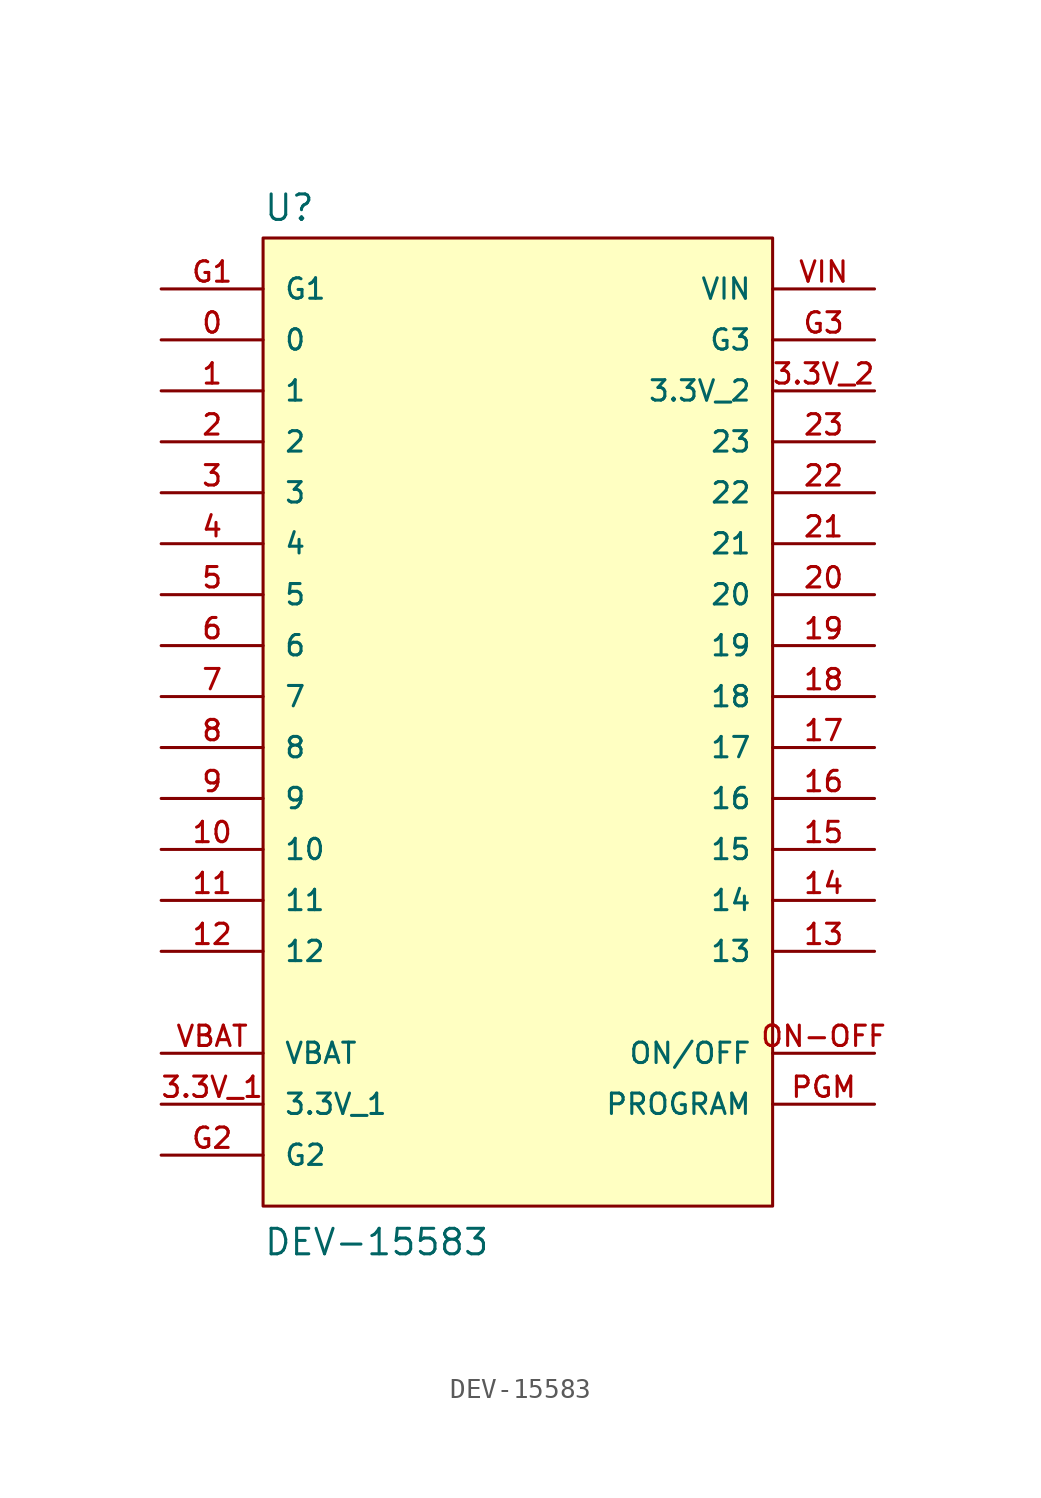
<source format=kicad_sym>
(kicad_symbol_lib
  (version 20231120)
  (generator "kicad_symbol_editor")
  (generator_version "8.0")
  (symbol "DEV-15583"
    (pin_names
      (offset 1.016))
    (property "Reference" "U"
      (at -12.7 23.622 0)
      (effects (font (size 1.27 1.27)) (justify left bottom)))
    (property "Value" "DEV-15583"
      (at -12.7 -27.94 0)
      (effects (font (size 1.27 1.27)) (justify left bottom)))
    (symbol "DEV-15583_0_0"
      (rectangle (start -12.7 -25.4) (end 12.7 22.86) (stroke (width 0.152) (type default)) (fill (type background)))
      (pin bidirectional line (at -17.78 17.78 0) (length 5.08) (name "0" (effects (font (size 1.016 1.016)))) (number "0" (effects (font (size 1.016 1.016)))))
      (pin bidirectional line (at -17.78 15.24 0) (length 5.08) (name "1" (effects (font (size 1.016 1.016)))) (number "1" (effects (font (size 1.016 1.016)))))
      (pin bidirectional line (at -17.78 -7.62 0) (length 5.08) (name "10" (effects (font (size 1.016 1.016)))) (number "10" (effects (font (size 1.016 1.016)))))
      (pin bidirectional line (at -17.78 -10.16 0) (length 5.08) (name "11" (effects (font (size 1.016 1.016)))) (number "11" (effects (font (size 1.016 1.016)))))
      (pin bidirectional line (at -17.78 -12.7 0) (length 5.08) (name "12" (effects (font (size 1.016 1.016)))) (number "12" (effects (font (size 1.016 1.016)))))
      (pin bidirectional line (at 17.78 -12.7 180) (length 5.08) (name "13" (effects (font (size 1.016 1.016)))) (number "13" (effects (font (size 1.016 1.016)))))
      (pin bidirectional line (at 17.78 -10.16 180) (length 5.08) (name "14" (effects (font (size 1.016 1.016)))) (number "14" (effects (font (size 1.016 1.016)))))
      (pin bidirectional line (at 17.78 -7.62 180) (length 5.08) (name "15" (effects (font (size 1.016 1.016)))) (number "15" (effects (font (size 1.016 1.016)))))
      (pin bidirectional line (at 17.78 -5.08 180) (length 5.08) (name "16" (effects (font (size 1.016 1.016)))) (number "16" (effects (font (size 1.016 1.016)))))
      (pin bidirectional line (at 17.78 -2.54 180) (length 5.08) (name "17" (effects (font (size 1.016 1.016)))) (number "17" (effects (font (size 1.016 1.016)))))
      (pin bidirectional line (at 17.78 0 180) (length 5.08) (name "18" (effects (font (size 1.016 1.016)))) (number "18" (effects (font (size 1.016 1.016)))))
      (pin bidirectional line (at 17.78 2.54 180) (length 5.08) (name "19" (effects (font (size 1.016 1.016)))) (number "19" (effects (font (size 1.016 1.016)))))
      (pin bidirectional line (at -17.78 12.7 0) (length 5.08) (name "2" (effects (font (size 1.016 1.016)))) (number "2" (effects (font (size 1.016 1.016)))))
      (pin bidirectional line (at 17.78 5.08 180) (length 5.08) (name "20" (effects (font (size 1.016 1.016)))) (number "20" (effects (font (size 1.016 1.016)))))
      (pin bidirectional line (at 17.78 7.62 180) (length 5.08) (name "21" (effects (font (size 1.016 1.016)))) (number "21" (effects (font (size 1.016 1.016)))))
      (pin bidirectional line (at 17.78 10.16 180) (length 5.08) (name "22" (effects (font (size 1.016 1.016)))) (number "22" (effects (font (size 1.016 1.016)))))
      (pin bidirectional line (at 17.78 12.7 180) (length 5.08) (name "23" (effects (font (size 1.016 1.016)))) (number "23" (effects (font (size 1.016 1.016)))))
      (pin bidirectional line (at -17.78 10.16 0) (length 5.08) (name "3" (effects (font (size 1.016 1.016)))) (number "3" (effects (font (size 1.016 1.016)))))
      (pin power_in line (at -17.78 -20.32 0) (length 5.08) (name "3.3V_1" (effects (font (size 1.016 1.016)))) (number "3.3V_1" (effects (font (size 1.016 1.016)))))
      (pin power_in line (at 17.78 15.24 180) (length 5.08) (name "3.3V_2" (effects (font (size 1.016 1.016)))) (number "3.3V_2" (effects (font (size 1.016 1.016)))))
      (pin bidirectional line (at -17.78 7.62 0) (length 5.08) (name "4" (effects (font (size 1.016 1.016)))) (number "4" (effects (font (size 1.016 1.016)))))
      (pin bidirectional line (at -17.78 5.08 0) (length 5.08) (name "5" (effects (font (size 1.016 1.016)))) (number "5" (effects (font (size 1.016 1.016)))))
      (pin bidirectional line (at -17.78 2.54 0) (length 5.08) (name "6" (effects (font (size 1.016 1.016)))) (number "6" (effects (font (size 1.016 1.016)))))
      (pin bidirectional line (at -17.78 0 0) (length 5.08) (name "7" (effects (font (size 1.016 1.016)))) (number "7" (effects (font (size 1.016 1.016)))))
      (pin bidirectional line (at -17.78 -2.54 0) (length 5.08) (name "8" (effects (font (size 1.016 1.016)))) (number "8" (effects (font (size 1.016 1.016)))))
      (pin bidirectional line (at -17.78 -5.08 0) (length 5.08) (name "9" (effects (font (size 1.016 1.016)))) (number "9" (effects (font (size 1.016 1.016)))))
      (pin power_in line (at -17.78 20.32 0) (length 5.08) (name "G1" (effects (font (size 1.016 1.016)))) (number "G1" (effects (font (size 1.016 1.016)))))
      (pin power_in line (at -17.78 -22.86 0) (length 5.08) (name "G2" (effects (font (size 1.016 1.016)))) (number "G2" (effects (font (size 1.016 1.016)))))
      (pin power_in line (at 17.78 17.78 180) (length 5.08) (name "G3" (effects (font (size 1.016 1.016)))) (number "G3" (effects (font (size 1.016 1.016)))))
      (pin bidirectional line (at 17.78 -17.78 180) (length 5.08) (name "ON/OFF" (effects (font (size 1.016 1.016)))) (number "ON-OFF" (effects (font (size 1.016 1.016)))))
      (pin bidirectional line (at 17.78 -20.32 180) (length 5.08) (name "PROGRAM" (effects (font (size 1.016 1.016)))) (number "PGM" (effects (font (size 1.016 1.016)))))
      (pin power_in line (at -17.78 -17.78 0) (length 5.08) (name "VBAT" (effects (font (size 1.016 1.016)))) (number "VBAT" (effects (font (size 1.016 1.016)))))
      (pin power_in line (at 17.78 20.32 180) (length 5.08) (name "VIN" (effects (font (size 1.016 1.016)))) (number "VIN" (effects (font (size 1.016 1.016))))))))
</source>
